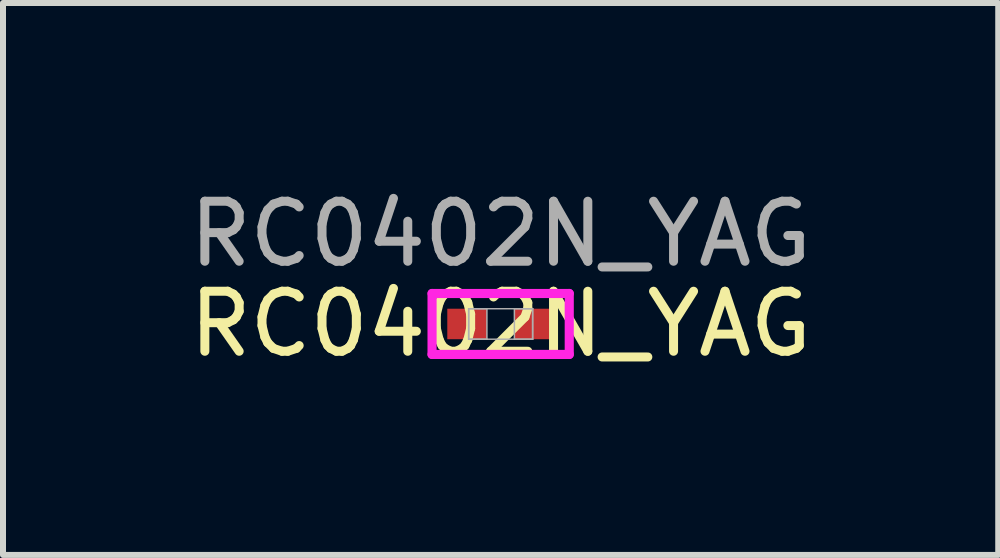
<source format=kicad_pcb>
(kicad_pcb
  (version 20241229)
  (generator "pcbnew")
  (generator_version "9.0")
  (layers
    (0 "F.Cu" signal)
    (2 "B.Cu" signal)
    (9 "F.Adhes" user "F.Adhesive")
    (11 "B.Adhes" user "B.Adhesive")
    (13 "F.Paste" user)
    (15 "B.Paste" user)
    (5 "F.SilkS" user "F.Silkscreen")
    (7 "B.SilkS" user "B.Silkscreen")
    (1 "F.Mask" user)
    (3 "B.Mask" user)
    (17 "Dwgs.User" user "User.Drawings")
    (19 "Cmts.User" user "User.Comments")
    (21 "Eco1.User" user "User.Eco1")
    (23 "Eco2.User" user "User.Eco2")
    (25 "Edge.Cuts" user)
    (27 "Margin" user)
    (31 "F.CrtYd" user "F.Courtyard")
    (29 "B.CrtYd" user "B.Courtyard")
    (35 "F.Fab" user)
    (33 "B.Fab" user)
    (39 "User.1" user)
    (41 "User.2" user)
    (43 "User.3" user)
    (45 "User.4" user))
  (footprint "RC0402N_YAG"
    (layer "F.Cu")
    (at 5.292 2.348)
    (property "Reference" "RC0402N_YAG" (at 0 0 0) (unlocked yes) (layer "F.SilkS") (effects (font (size 1 1) (thickness 0.15))))
    (attr smd)
    (fp_line (start -1.143 -0.508) (end 1.143 -0.508) (stroke (width 0.152) (type solid)) (layer "F.CrtYd"))
    (fp_line (start -1.143 0.508) (end -1.143 -0.508) (stroke (width 0.152) (type solid)) (layer "F.CrtYd"))
    (fp_line (start 1.143 -0.508) (end 1.143 0.508) (stroke (width 0.152) (type solid)) (layer "F.CrtYd"))
    (fp_line (start 1.143 0.508) (end -1.143 0.508) (stroke (width 0.152) (type solid)) (layer "F.CrtYd"))
    (fp_line (start -0.533 -0.254) (end -0.533 0.254) (stroke (width 0.025) (type solid)) (layer "F.Fab"))
    (fp_line (start -0.533 -0.254) (end -0.533 0.254) (stroke (width 0.025) (type solid)) (layer "F.Fab"))
    (fp_line (start -0.533 0.254) (end -0.229 0.254) (stroke (width 0.025) (type solid)) (layer "F.Fab"))
    (fp_line (start -0.533 0.254) (end 0.533 0.254) (stroke (width 0.025) (type solid)) (layer "F.Fab"))
    (fp_line (start -0.229 -0.254) (end -0.533 -0.254) (stroke (width 0.025) (type solid)) (layer "F.Fab"))
    (fp_line (start -0.229 0.254) (end -0.229 -0.254) (stroke (width 0.025) (type solid)) (layer "F.Fab"))
    (fp_line (start 0.229 -0.254) (end 0.229 0.254) (stroke (width 0.025) (type solid)) (layer "F.Fab"))
    (fp_line (start 0.229 0.254) (end 0.533 0.254) (stroke (width 0.025) (type solid)) (layer "F.Fab"))
    (fp_line (start 0.533 -0.254) (end -0.533 -0.254) (stroke (width 0.025) (type solid)) (layer "F.Fab"))
    (fp_line (start 0.533 -0.254) (end 0.229 -0.254) (stroke (width 0.025) (type solid)) (layer "F.Fab"))
    (fp_line (start 0.533 0.254) (end 0.533 -0.254) (stroke (width 0.025) (type solid)) (layer "F.Fab"))
    (fp_line (start 0.533 0.254) (end 0.533 -0.254) (stroke (width 0.025) (type solid)) (layer "F.Fab"))
    (fp_text user "${REFERENCE}" (at 0 -1.5 0) (unlocked yes) (layer "F.Fab") (effects (font (size 1 1) (thickness 0.15))))
    (pad "1" smd rect (at -0.559 0) (size 0.66 0.508) (layers "F.Cu" "F.Mask" "F.Paste"))
    (pad "2" smd rect (at 0.559 0) (size 0.66 0.508) (layers "F.Cu" "F.Mask" "F.Paste"))
    (zone (net_name "") (layer "F.Cu") (hatch full 0.508) (connect_pads) (min_thickness 0.254) (filled_areas_thickness no) (keepout (tracks not_allowed) (vias not_allowed) (pads allowed) (copperpour not_allowed) (footprints allowed)) (placement (enabled no)) (fill) (polygon (pts (xy 5.114 2.145) (xy 5.469 2.145) (xy 5.469 2.551) (xy 5.114 2.551)))))
  (gr_rect
    (start -3 -3)
    (end 13.583 6.197)
    (stroke (width 0.1) (type default))
    (fill no)
    (layer "Edge.Cuts")))
</source>
